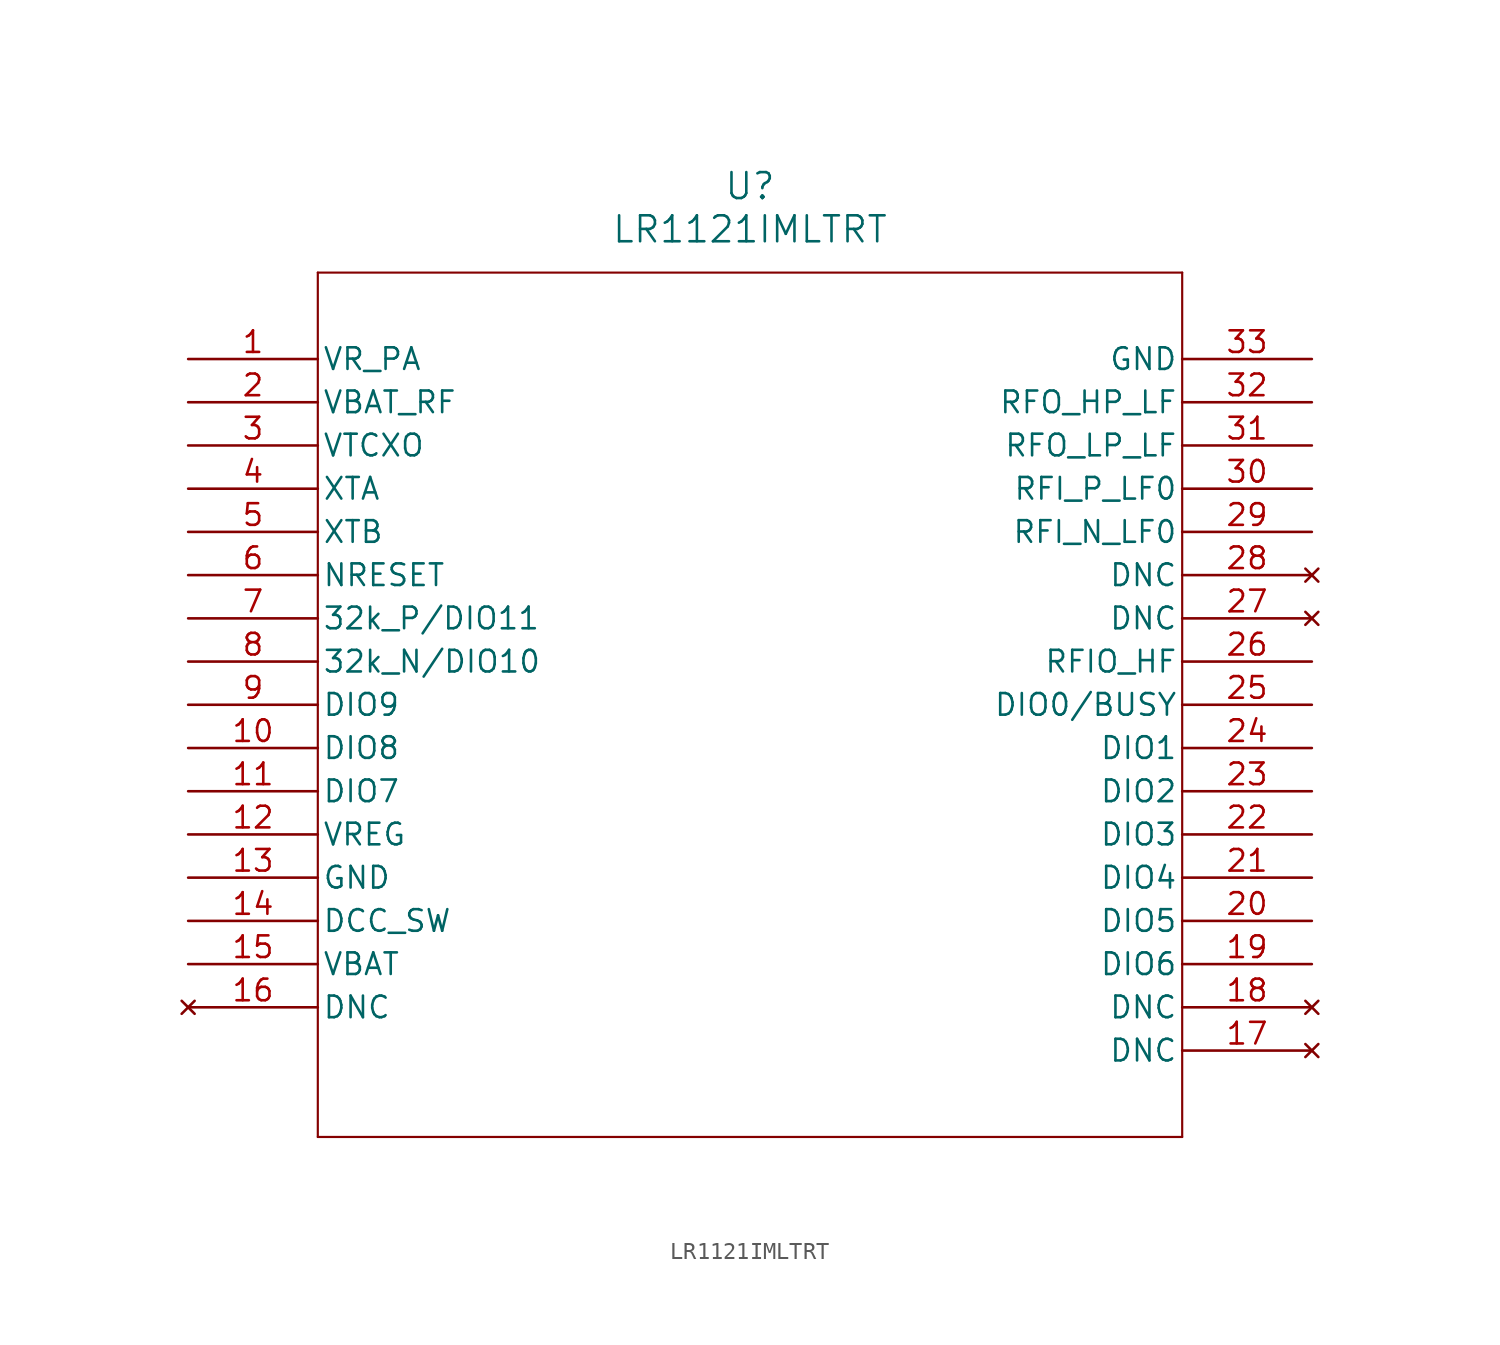
<source format=kicad_sym>
(kicad_symbol_lib
  (version 20211014)
  (generator kicad_symbol_editor)
  (symbol "LR1121IMLTRT"
    (pin_names
      (offset 0.254))
    (property "Reference" "U"
      (at 33.02 10.16 0)
      (effects (font (size 1.524 1.524))))
    (property "Value" "LR1121IMLTRT"
      (at 33.02 7.62 0)
      (effects (font (size 1.524 1.524))))
    (symbol "LR1121IMLTRT_0_1"
      (polyline (pts (xy 7.62 5.08) (xy 7.62 -45.72)) (stroke (width 0.127) (type default) (color 0 0 0 0)) (fill (type none)))
      (polyline (pts (xy 7.62 -45.72) (xy 58.42 -45.72)) (stroke (width 0.127) (type default) (color 0 0 0 0)) (fill (type none)))
      (polyline (pts (xy 58.42 -45.72) (xy 58.42 5.08)) (stroke (width 0.127) (type default) (color 0 0 0 0)) (fill (type none)))
      (polyline (pts (xy 58.42 5.08) (xy 7.62 5.08)) (stroke (width 0.127) (type default) (color 0 0 0 0)) (fill (type none)))
      (pin power_in line (at 0 0 0) (length 7.62) (name "VR_PA" (effects (font (size 1.27 1.27)))) (number "1" (effects (font (size 1.27 1.27)))))
      (pin power_in line (at 0 -2.54 0) (length 7.62) (name "VBAT_RF" (effects (font (size 1.27 1.27)))) (number "2" (effects (font (size 1.27 1.27)))))
      (pin output line (at 0 -5.08 0) (length 7.62) (name "VTCXO" (effects (font (size 1.27 1.27)))) (number "3" (effects (font (size 1.27 1.27)))))
      (pin input line (at 0 -7.62 0) (length 7.62) (name "XTA" (effects (font (size 1.27 1.27)))) (number "4" (effects (font (size 1.27 1.27)))))
      (pin output line (at 0 -10.16 0) (length 7.62) (name "XTB" (effects (font (size 1.27 1.27)))) (number "5" (effects (font (size 1.27 1.27)))))
      (pin input line (at 0 -12.7 0) (length 7.62) (name "NRESET" (effects (font (size 1.27 1.27)))) (number "6" (effects (font (size 1.27 1.27)))))
      (pin bidirectional line (at 0 -15.24 0) (length 7.62) (name "32k_P/DIO11" (effects (font (size 1.27 1.27)))) (number "7" (effects (font (size 1.27 1.27)))))
      (pin bidirectional line (at 0 -17.78 0) (length 7.62) (name "32k_N/DIO10" (effects (font (size 1.27 1.27)))) (number "8" (effects (font (size 1.27 1.27)))))
      (pin bidirectional line (at 0 -20.32 0) (length 7.62) (name "DIO9" (effects (font (size 1.27 1.27)))) (number "9" (effects (font (size 1.27 1.27)))))
      (pin bidirectional line (at 0 -22.86 0) (length 7.62) (name "DIO8" (effects (font (size 1.27 1.27)))) (number "10" (effects (font (size 1.27 1.27)))))
      (pin bidirectional line (at 0 -25.4 0) (length 7.62) (name "DIO7" (effects (font (size 1.27 1.27)))) (number "11" (effects (font (size 1.27 1.27)))))
      (pin power_in line (at 0 -27.94 0) (length 7.62) (name "VREG" (effects (font (size 1.27 1.27)))) (number "12" (effects (font (size 1.27 1.27)))))
      (pin power_out line (at 0 -30.48 0) (length 7.62) (name "GND" (effects (font (size 1.27 1.27)))) (number "13" (effects (font (size 1.27 1.27)))))
      (pin power_in line (at 0 -33.02 0) (length 7.62) (name "DCC_SW" (effects (font (size 1.27 1.27)))) (number "14" (effects (font (size 1.27 1.27)))))
      (pin power_in line (at 0 -35.56 0) (length 7.62) (name "VBAT" (effects (font (size 1.27 1.27)))) (number "15" (effects (font (size 1.27 1.27)))))
      (pin no_connect line (at 0 -38.1 0) (length 7.62) (name "DNC" (effects (font (size 1.27 1.27)))) (number "16" (effects (font (size 1.27 1.27)))))
      (pin no_connect line (at 66.04 -40.64 180) (length 7.62) (name "DNC" (effects (font (size 1.27 1.27)))) (number "17" (effects (font (size 1.27 1.27)))))
      (pin no_connect line (at 66.04 -38.1 180) (length 7.62) (name "DNC" (effects (font (size 1.27 1.27)))) (number "18" (effects (font (size 1.27 1.27)))))
      (pin bidirectional line (at 66.04 -35.56 180) (length 7.62) (name "DIO6" (effects (font (size 1.27 1.27)))) (number "19" (effects (font (size 1.27 1.27)))))
      (pin bidirectional line (at 66.04 -33.02 180) (length 7.62) (name "DIO5" (effects (font (size 1.27 1.27)))) (number "20" (effects (font (size 1.27 1.27)))))
      (pin bidirectional line (at 66.04 -30.48 180) (length 7.62) (name "DIO4" (effects (font (size 1.27 1.27)))) (number "21" (effects (font (size 1.27 1.27)))))
      (pin bidirectional line (at 66.04 -27.94 180) (length 7.62) (name "DIO3" (effects (font (size 1.27 1.27)))) (number "22" (effects (font (size 1.27 1.27)))))
      (pin bidirectional line (at 66.04 -25.4 180) (length 7.62) (name "DIO2" (effects (font (size 1.27 1.27)))) (number "23" (effects (font (size 1.27 1.27)))))
      (pin bidirectional line (at 66.04 -22.86 180) (length 7.62) (name "DIO1" (effects (font (size 1.27 1.27)))) (number "24" (effects (font (size 1.27 1.27)))))
      (pin bidirectional line (at 66.04 -20.32 180) (length 7.62) (name "DIO0/BUSY" (effects (font (size 1.27 1.27)))) (number "25" (effects (font (size 1.27 1.27)))))
      (pin bidirectional line (at 66.04 -17.78 180) (length 7.62) (name "RFIO_HF" (effects (font (size 1.27 1.27)))) (number "26" (effects (font (size 1.27 1.27)))))
      (pin no_connect line (at 66.04 -15.24 180) (length 7.62) (name "DNC" (effects (font (size 1.27 1.27)))) (number "27" (effects (font (size 1.27 1.27)))))
      (pin no_connect line (at 66.04 -12.7 180) (length 7.62) (name "DNC" (effects (font (size 1.27 1.27)))) (number "28" (effects (font (size 1.27 1.27)))))
      (pin input line (at 66.04 -10.16 180) (length 7.62) (name "RFI_N_LF0" (effects (font (size 1.27 1.27)))) (number "29" (effects (font (size 1.27 1.27)))))
      (pin input line (at 66.04 -7.62 180) (length 7.62) (name "RFI_P_LF0" (effects (font (size 1.27 1.27)))) (number "30" (effects (font (size 1.27 1.27)))))
      (pin output line (at 66.04 -5.08 180) (length 7.62) (name "RFO_LP_LF" (effects (font (size 1.27 1.27)))) (number "31" (effects (font (size 1.27 1.27)))))
      (pin output line (at 66.04 -2.54 180) (length 7.62) (name "RFO_HP_LF" (effects (font (size 1.27 1.27)))) (number "32" (effects (font (size 1.27 1.27)))))
      (pin power_out line (at 66.04 0 180) (length 7.62) (name "GND" (effects (font (size 1.27 1.27)))) (number "33" (effects (font (size 1.27 1.27))))))))
</source>
